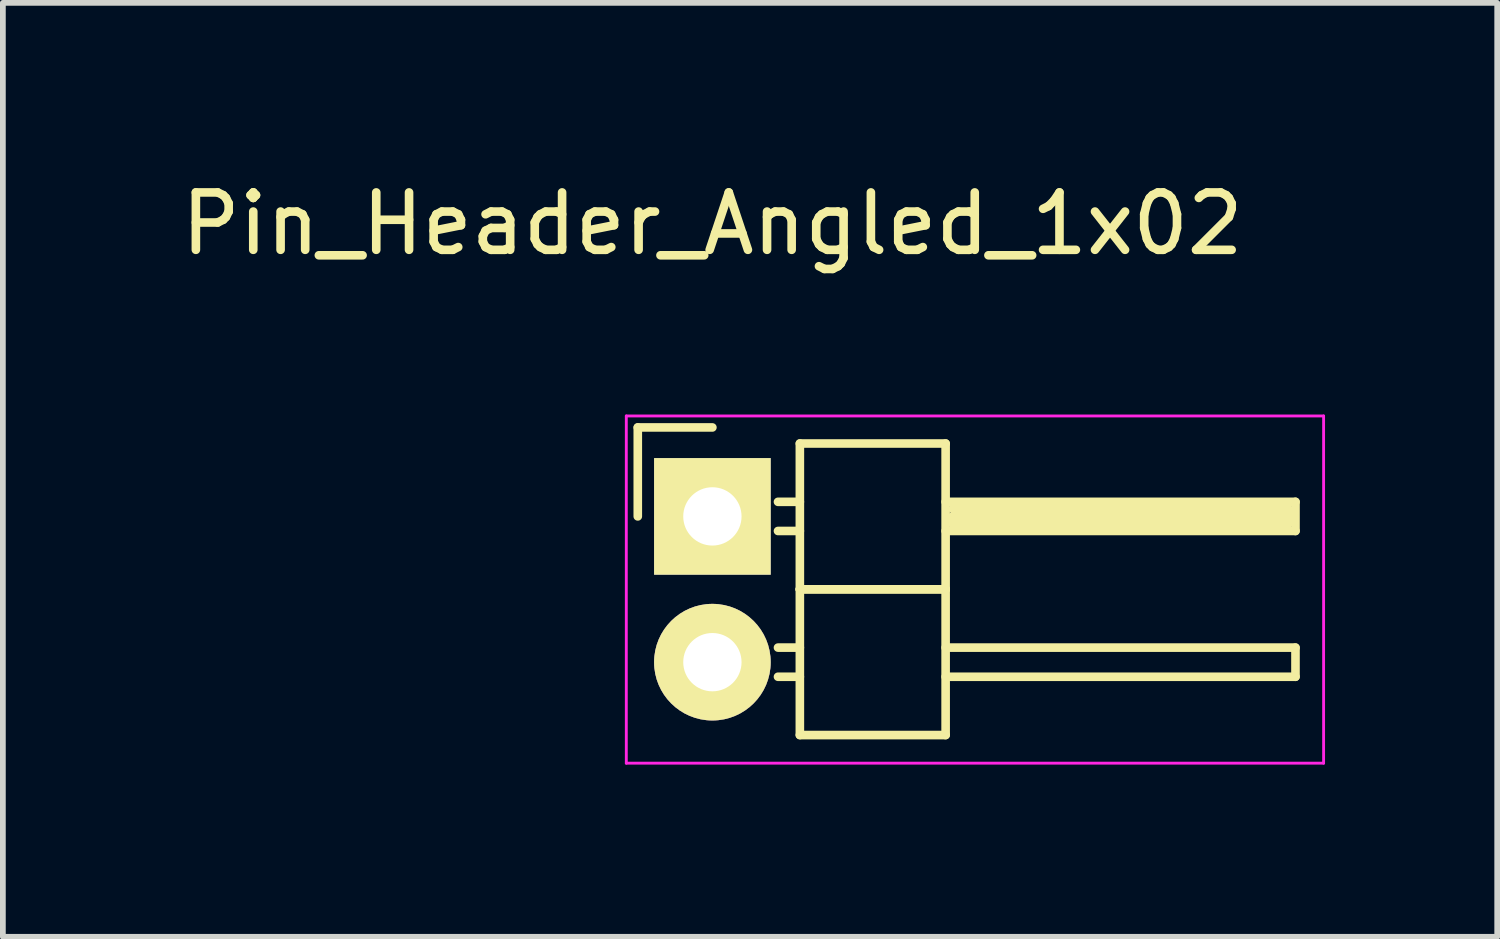
<source format=kicad_pcb>
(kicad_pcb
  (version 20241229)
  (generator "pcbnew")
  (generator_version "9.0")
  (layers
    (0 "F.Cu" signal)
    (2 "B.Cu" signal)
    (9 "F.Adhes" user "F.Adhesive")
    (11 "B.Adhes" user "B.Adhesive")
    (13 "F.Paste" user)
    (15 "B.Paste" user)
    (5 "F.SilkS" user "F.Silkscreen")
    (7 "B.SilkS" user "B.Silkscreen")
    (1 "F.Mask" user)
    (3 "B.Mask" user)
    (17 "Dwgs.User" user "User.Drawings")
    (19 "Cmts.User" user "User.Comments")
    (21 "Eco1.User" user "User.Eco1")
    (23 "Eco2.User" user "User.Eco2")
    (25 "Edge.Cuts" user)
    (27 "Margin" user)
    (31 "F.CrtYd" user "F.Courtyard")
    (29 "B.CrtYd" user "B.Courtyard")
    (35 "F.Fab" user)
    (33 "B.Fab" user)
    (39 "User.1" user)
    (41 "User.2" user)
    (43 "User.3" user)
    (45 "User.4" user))
  (footprint "Pin_Header_Angled_1x02"
    (layer "F.Cu")
    (at 9.363 5.948)
    (property "Reference" "Pin_Header_Angled_1x02" (at 0 -5.1 0) (layer "F.SilkS") (effects (font (size 1 1) (thickness 0.15))))
    (attr through_hole)
    (fp_line (start -1.3 -1.55) (end -1.3 0) (stroke (width 0.15) (type solid)) (layer "F.SilkS"))
    (fp_line (start 0 -1.55) (end -1.3 -1.55) (stroke (width 0.15) (type solid)) (layer "F.SilkS"))
    (fp_line (start 1.524 -1.27) (end 1.524 1.27) (stroke (width 0.15) (type solid)) (layer "F.SilkS"))
    (fp_line (start 1.524 -1.27) (end 4.064 -1.27) (stroke (width 0.15) (type solid)) (layer "F.SilkS"))
    (fp_line (start 1.524 -0.254) (end 1.143 -0.254) (stroke (width 0.15) (type solid)) (layer "F.SilkS"))
    (fp_line (start 1.524 0.254) (end 1.143 0.254) (stroke (width 0.15) (type solid)) (layer "F.SilkS"))
    (fp_line (start 1.524 1.27) (end 1.524 3.81) (stroke (width 0.15) (type solid)) (layer "F.SilkS"))
    (fp_line (start 1.524 1.27) (end 4.064 1.27) (stroke (width 0.15) (type solid)) (layer "F.SilkS"))
    (fp_line (start 1.524 1.27) (end 4.064 1.27) (stroke (width 0.15) (type solid)) (layer "F.SilkS"))
    (fp_line (start 1.524 2.286) (end 1.143 2.286) (stroke (width 0.15) (type solid)) (layer "F.SilkS"))
    (fp_line (start 1.524 2.794) (end 1.143 2.794) (stroke (width 0.15) (type solid)) (layer "F.SilkS"))
    (fp_line (start 1.524 3.81) (end 4.064 3.81) (stroke (width 0.15) (type solid)) (layer "F.SilkS"))
    (fp_line (start 4.064 -0.254) (end 10.16 -0.254) (stroke (width 0.15) (type solid)) (layer "F.SilkS"))
    (fp_line (start 4.064 1.27) (end 4.064 -1.27) (stroke (width 0.15) (type solid)) (layer "F.SilkS"))
    (fp_line (start 4.064 2.286) (end 10.16 2.286) (stroke (width 0.15) (type solid)) (layer "F.SilkS"))
    (fp_line (start 4.064 3.81) (end 4.064 1.27) (stroke (width 0.15) (type solid)) (layer "F.SilkS"))
    (fp_line (start 4.191 -0.127) (end 10.033 -0.127) (stroke (width 0.15) (type solid)) (layer "F.SilkS"))
    (fp_line (start 4.191 0) (end 10.033 0) (stroke (width 0.15) (type solid)) (layer "F.SilkS"))
    (fp_line (start 4.191 0.127) (end 4.191 0) (stroke (width 0.15) (type solid)) (layer "F.SilkS"))
    (fp_line (start 10.033 -0.127) (end 10.033 0.127) (stroke (width 0.15) (type solid)) (layer "F.SilkS"))
    (fp_line (start 10.033 0.127) (end 4.191 0.127) (stroke (width 0.15) (type solid)) (layer "F.SilkS"))
    (fp_line (start 10.16 -0.254) (end 10.16 0.254) (stroke (width 0.15) (type solid)) (layer "F.SilkS"))
    (fp_line (start 10.16 0.254) (end 4.064 0.254) (stroke (width 0.15) (type solid)) (layer "F.SilkS"))
    (fp_line (start 10.16 2.286) (end 10.16 2.794) (stroke (width 0.15) (type solid)) (layer "F.SilkS"))
    (fp_line (start 10.16 2.794) (end 4.064 2.794) (stroke (width 0.15) (type solid)) (layer "F.SilkS"))
    (fp_line (start -1.5 -1.75) (end -1.5 4.3) (stroke (width 0.05) (type solid)) (layer "F.CrtYd"))
    (fp_line (start -1.5 -1.75) (end 10.65 -1.75) (stroke (width 0.05) (type solid)) (layer "F.CrtYd"))
    (fp_line (start -1.5 4.3) (end 10.65 4.3) (stroke (width 0.05) (type solid)) (layer "F.CrtYd"))
    (fp_line (start 10.65 -1.75) (end 10.65 4.3) (stroke (width 0.05) (type solid)) (layer "F.CrtYd"))
    (pad "1" thru_hole rect (at 0 0) (size 2.032 2.032) (drill 1.016) (layers "*.Cu" "*.Mask" "F.SilkS"))
    (pad "2" thru_hole oval (at 0 2.54) (size 2.032 2.032) (drill 1.016) (layers "*.Cu" "*.Mask" "F.SilkS")))
  (gr_rect
    (start -3 -3)
    (end 23.038 13.273)
    (stroke (width 0.1) (type default))
    (fill no)
    (layer "Edge.Cuts")))
</source>
